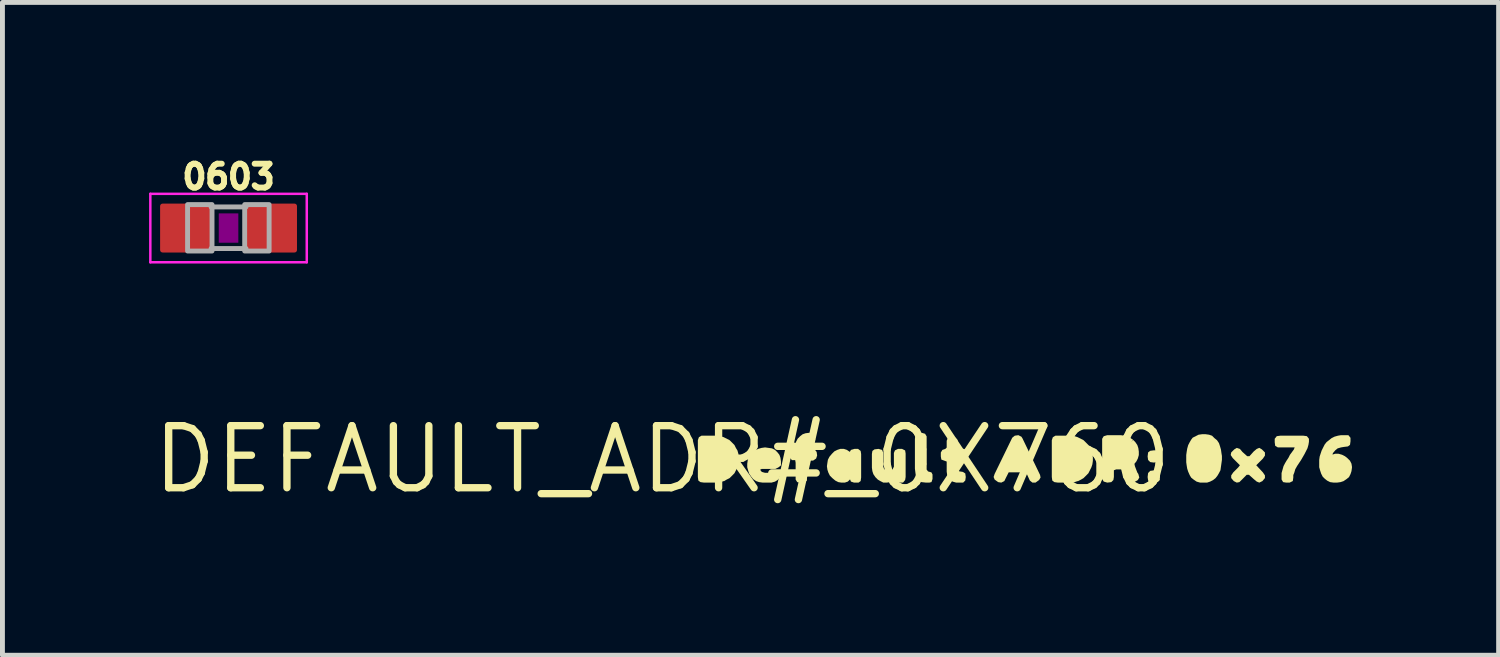
<source format=kicad_pcb>
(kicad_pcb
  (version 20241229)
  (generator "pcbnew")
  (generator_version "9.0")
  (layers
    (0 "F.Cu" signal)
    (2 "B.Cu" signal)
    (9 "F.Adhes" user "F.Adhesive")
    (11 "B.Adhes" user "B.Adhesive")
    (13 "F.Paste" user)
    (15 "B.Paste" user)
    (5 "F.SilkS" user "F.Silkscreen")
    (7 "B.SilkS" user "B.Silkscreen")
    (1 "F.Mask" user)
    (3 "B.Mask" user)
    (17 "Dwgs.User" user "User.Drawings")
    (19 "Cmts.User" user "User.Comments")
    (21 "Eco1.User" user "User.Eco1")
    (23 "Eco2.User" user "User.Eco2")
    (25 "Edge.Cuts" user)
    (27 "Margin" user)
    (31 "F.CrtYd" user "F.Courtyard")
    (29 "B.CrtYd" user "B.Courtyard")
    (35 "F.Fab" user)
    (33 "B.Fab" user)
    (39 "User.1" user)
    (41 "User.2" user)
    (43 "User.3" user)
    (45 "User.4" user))
  (footprint "0603"
    (layer "F.Cu")
    (at 1.625 1.615)
    (property "Reference" "0603" (at 0 -0.762 0) (layer "F.SilkS") (effects (font (size 0.488 0.488) (thickness 0.122)) (justify bottom)))
    (fp_poly (pts (xy -0.2 0.3) (xy 0.2 0.3) (xy 0.2 -0.3) (xy -0.2 -0.3)) (stroke (width 0) (type default)) (fill yes) (layer "F.Adhes"))
    (fp_line (start -1.6 -0.7) (end 1.6 -0.7) (stroke (width 0.051) (type solid)) (layer "F.CrtYd"))
    (fp_line (start -1.6 0.7) (end -1.6 -0.7) (stroke (width 0.051) (type solid)) (layer "F.CrtYd"))
    (fp_line (start 1.6 -0.7) (end 1.6 0.7) (stroke (width 0.051) (type solid)) (layer "F.CrtYd"))
    (fp_line (start 1.6 0.7) (end -1.6 0.7) (stroke (width 0.051) (type solid)) (layer "F.CrtYd"))
    (fp_line (start -0.356 -0.432) (end 0.356 -0.432) (stroke (width 0.102) (type solid)) (layer "F.Fab"))
    (fp_line (start -0.356 0.419) (end 0.356 0.419) (stroke (width 0.102) (type solid)) (layer "F.Fab"))
    (fp_poly (pts (xy -0.838 0.47) (xy -0.338 0.47) (xy -0.338 -0.48) (xy -0.838 -0.48)) (stroke (width 0.1) (type default)) (fill no) (layer "F.Fab"))
    (fp_poly (pts (xy 0.33 0.47) (xy 0.83 0.47) (xy 0.83 -0.48) (xy 0.33 -0.48)) (stroke (width 0.1) (type default)) (fill no) (layer "F.Fab"))
    (pad "1" smd roundrect (at -0.85 0) (size 1.1 1) (layers "F.Cu" "F.Mask" "F.Paste") (roundrect_rratio 0.051))
    (pad "2" smd roundrect (at 0.85 0) (size 1.1 1) (layers "F.Cu" "F.Mask" "F.Paste") (roundrect_rratio 0.051)))
  (footprint "DEFAULT_ADR#_0X760"
    (layer "F.Cu")
    (at 10.5 6.347)
    (property "Reference" "DEFAULT_ADR#_0X760" (at 0 0 0) (layer "F.SilkS") (effects (font (size 1.27 1.27) (thickness 0.15))))
    (fp_poly (pts (xy 10.165 -0.142) (xy 10.175 -0.06) (xy 10.165 0.002) (xy 10.133 0.055) (xy 10.05 0.065) (xy 9.978 0.055) (xy 9.935 0.012) (xy 9.925 -0.06) (xy 9.935 -0.143) (xy 9.978 -0.175) (xy 10.05 -0.185) (xy 10.122 -0.185)) (stroke (width 0) (type default)) (fill yes) (layer "F.SilkS"))
    (fp_poly (pts (xy 10.165 0.278) (xy 10.175 0.35) (xy 10.175 0.422) (xy 10.132 0.465) (xy 10.05 0.475) (xy 9.978 0.465) (xy 9.935 0.433) (xy 9.925 0.36) (xy 9.935 0.278) (xy 9.978 0.235) (xy 10.05 0.225) (xy 10.122 0.225)) (stroke (width 0) (type default)) (fill yes) (layer "F.SilkS"))
    (fp_poly (pts (xy 5.373 -0.524) (xy 5.405 -0.471) (xy 5.405 0.208) (xy 5.433 0.246) (xy 5.503 0.266) (xy 5.525 0.309) (xy 5.525 0.401) (xy 5.504 0.464) (xy 5.461 0.475) (xy 5.39 0.475) (xy 5.299 0.465) (xy 5.237 0.434) (xy 5.195 0.392) (xy 5.185 0.341) (xy 5.175 0.271) (xy 5.165 0.19) (xy 5.165 -0.42) (xy 5.175 -0.492) (xy 5.218 -0.535) (xy 5.3 -0.545)) (stroke (width 0) (type default)) (fill yes) (layer "F.SilkS"))
    (fp_poly (pts (xy 7.343 -0.464) (xy 7.364 -0.432) (xy 7.725 0.318) (xy 7.735 0.371) (xy 7.704 0.423) (xy 7.632 0.475) (xy 7.568 0.475) (xy 7.516 0.433) (xy 7.456 0.303) (xy 7.418 0.265) (xy 7.083 0.265) (xy 7.024 0.382) (xy 6.994 0.444) (xy 6.931 0.475) (xy 6.868 0.465) (xy 6.796 0.413) (xy 6.775 0.36) (xy 6.795 0.298) (xy 7.126 -0.382) (xy 7.156 -0.443) (xy 7.208 -0.485) (xy 7.281 -0.495)) (stroke (width 0) (type default)) (fill yes) (layer "F.SilkS"))
    (fp_poly (pts (xy 1.181 -0.475) (xy 1.252 -0.455) (xy 1.373 -0.394) (xy 1.424 -0.344) (xy 1.474 -0.293) (xy 1.504 -0.232) (xy 1.535 -0.182) (xy 1.555 -0.111) (xy 1.565 -0.04) (xy 1.565 0.03) (xy 1.555 0.101) (xy 1.535 0.162) (xy 1.474 0.283) (xy 1.424 0.334) (xy 1.373 0.384) (xy 1.312 0.414) (xy 1.258 0.447) (xy 1.256 0.443) (xy 1.191 0.465) (xy 1.12 0.475) (xy 0.85 0.475) (xy 0.778 0.465) (xy 0.735 0.433) (xy 0.725 0.36) (xy 0.725 -0.391) (xy 0.746 -0.453) (xy 0.799 -0.485) (xy 1.12 -0.485)) (stroke (width 0) (type default)) (fill yes) (layer "F.SilkS"))
    (fp_poly (pts (xy 8.431 -0.475) (xy 8.492 -0.455) (xy 8.613 -0.394) (xy 8.664 -0.344) (xy 8.714 -0.293) (xy 8.744 -0.232) (xy 8.775 -0.182) (xy 8.795 -0.111) (xy 8.805 -0.04) (xy 8.805 0.03) (xy 8.795 0.101) (xy 8.775 0.162) (xy 8.714 0.283) (xy 8.664 0.334) (xy 8.613 0.384) (xy 8.562 0.414) (xy 8.497 0.447) (xy 8.496 0.443) (xy 8.431 0.465) (xy 8.37 0.475) (xy 8.09 0.475) (xy 8.018 0.465) (xy 7.975 0.433) (xy 7.965 0.36) (xy 7.965 -0.391) (xy 7.986 -0.453) (xy 8.039 -0.485) (xy 8.36 -0.485)) (stroke (width 0) (type default)) (fill yes) (layer "F.SilkS"))
    (fp_poly (pts (xy 3.772 -0.195) (xy 3.833 -0.154) (xy 3.857 -0.194) (xy 3.929 -0.215) (xy 4.002 -0.215) (xy 4.055 -0.173) (xy 4.065 -0.11) (xy 4.065 0.37) (xy 4.055 0.443) (xy 4.012 0.475) (xy 3.919 0.475) (xy 3.856 0.454) (xy 3.838 0.409) (xy 3.793 0.454) (xy 3.731 0.475) (xy 3.66 0.475) (xy 3.598 0.465) (xy 3.537 0.434) (xy 3.477 0.384) (xy 3.426 0.333) (xy 3.395 0.272) (xy 3.375 0.211) (xy 3.365 0.14) (xy 3.375 0.069) (xy 3.385 0.008) (xy 3.416 -0.053) (xy 3.466 -0.113) (xy 3.517 -0.164) (xy 3.578 -0.195) (xy 3.639 -0.215) (xy 3.711 -0.215)) (stroke (width 0) (type default)) (fill yes) (layer "F.SilkS"))
    (fp_poly (pts (xy 13.183 -0.475) (xy 13.225 -0.422) (xy 13.225 -0.36) (xy 13.215 -0.299) (xy 13.195 -0.228) (xy 13.134 -0.108) (xy 13.064 0.013) (xy 12.984 0.133) (xy 12.945 0.202) (xy 12.925 0.272) (xy 12.905 0.321) (xy 12.905 0.37) (xy 12.895 0.443) (xy 12.831 0.475) (xy 12.76 0.475) (xy 12.697 0.465) (xy 12.665 0.411) (xy 12.665 0.279) (xy 12.685 0.209) (xy 12.705 0.138) (xy 12.736 0.078) (xy 12.766 0.027) (xy 12.806 -0.033) (xy 12.836 -0.093) (xy 12.916 -0.202) (xy 12.933 -0.245) (xy 12.589 -0.245) (xy 12.535 -0.277) (xy 12.525 -0.35) (xy 12.525 -0.422) (xy 12.567 -0.475) (xy 12.64 -0.485) (xy 13.11 -0.485)) (stroke (width 0) (type default)) (fill yes) (layer "F.SilkS"))
    (fp_poly (pts (xy 4.494 -0.194) (xy 4.515 -0.141) (xy 4.515 0.139) (xy 4.534 0.197) (xy 4.592 0.235) (xy 4.659 0.235) (xy 4.706 0.206) (xy 4.735 0.149) (xy 4.735 -0.131) (xy 4.756 -0.184) (xy 4.819 -0.215) (xy 4.901 -0.215) (xy 4.965 -0.183) (xy 4.975 -0.12) (xy 4.975 0.36) (xy 4.965 0.422) (xy 4.922 0.475) (xy 4.84 0.475) (xy 4.767 0.465) (xy 4.738 0.416) (xy 4.712 0.424) (xy 4.662 0.465) (xy 4.59 0.475) (xy 4.519 0.475) (xy 4.458 0.444) (xy 4.407 0.414) (xy 4.356 0.363) (xy 4.315 0.302) (xy 4.295 0.241) (xy 4.285 0.17) (xy 4.285 -0.11) (xy 4.295 -0.173) (xy 4.338 -0.205) (xy 4.42 -0.215)) (stroke (width 0) (type default)) (fill yes) (layer "F.SilkS"))
    (fp_poly (pts (xy 3.073 -0.524) (xy 3.115 -0.482) (xy 3.125 -0.399) (xy 3.104 -0.337) (xy 3.052 -0.305) (xy 2.983 -0.295) (xy 2.956 -0.25) (xy 2.973 -0.206) (xy 3.04 -0.215) (xy 3.123 -0.194) (xy 3.155 -0.152) (xy 3.165 -0.08) (xy 3.144 -0.017) (xy 3.082 0.025) (xy 2.955 0.025) (xy 2.955 0.432) (xy 2.902 0.475) (xy 2.83 0.475) (xy 2.757 0.465) (xy 2.725 0.411) (xy 2.725 0.07) (xy 2.716 0.015) (xy 2.648 0.015) (xy 2.605 -0.038) (xy 2.605 -0.121) (xy 2.626 -0.184) (xy 2.688 -0.204) (xy 2.725 -0.233) (xy 2.725 -0.29) (xy 2.735 -0.362) (xy 2.766 -0.423) (xy 2.817 -0.474) (xy 2.868 -0.514) (xy 2.929 -0.535) (xy 3.011 -0.545)) (stroke (width 0) (type default)) (fill yes) (layer "F.SilkS"))
    (fp_poly (pts (xy 12.263 -0.204) (xy 12.325 -0.142) (xy 12.325 -0.078) (xy 12.284 -0.017) (xy 12.147 0.12) (xy 12.284 0.267) (xy 12.325 0.328) (xy 12.325 0.382) (xy 12.273 0.444) (xy 12.21 0.475) (xy 12.157 0.454) (xy 12.097 0.404) (xy 11.998 0.315) (xy 11.952 0.315) (xy 11.854 0.414) (xy 11.802 0.465) (xy 11.749 0.475) (xy 11.687 0.444) (xy 11.635 0.382) (xy 11.635 0.328) (xy 11.676 0.267) (xy 11.776 0.167) (xy 11.813 0.12) (xy 11.666 -0.027) (xy 11.625 -0.089) (xy 11.635 -0.142) (xy 11.697 -0.204) (xy 11.749 -0.235) (xy 11.813 -0.214) (xy 11.864 -0.153) (xy 11.962 -0.065) (xy 12.008 -0.065) (xy 12.097 -0.164) (xy 12.157 -0.214) (xy 12.21 -0.236)) (stroke (width 0) (type default)) (fill yes) (layer "F.SilkS"))
    (fp_poly (pts (xy 5.992 -0.445) (xy 6.035 -0.402) (xy 6.045 -0.34) (xy 6.045 -0.206) (xy 6.11 -0.215) (xy 6.171 -0.215) (xy 6.224 -0.183) (xy 6.245 -0.11) (xy 6.235 -0.017) (xy 6.192 0.015) (xy 6.12 0.025) (xy 6.063 0.016) (xy 6.045 0.071) (xy 6.045 0.199) (xy 6.073 0.245) (xy 6.142 0.255) (xy 6.195 0.287) (xy 6.205 0.36) (xy 6.195 0.432) (xy 6.152 0.475) (xy 6.009 0.475) (xy 5.938 0.455) (xy 5.887 0.424) (xy 5.856 0.383) (xy 5.825 0.322) (xy 5.815 0.25) (xy 5.815 0.044) (xy 5.706 0.004) (xy 5.695 -0.06) (xy 5.695 -0.141) (xy 5.727 -0.194) (xy 5.787 -0.214) (xy 5.815 -0.242) (xy 5.815 -0.381) (xy 5.836 -0.434) (xy 5.91 -0.455)) (stroke (width 0) (type default)) (fill yes) (layer "F.SilkS"))
    (fp_poly (pts (xy 9.441 -0.485) (xy 9.502 -0.475) (xy 9.563 -0.444) (xy 9.628 -0.401) (xy 9.58 -0.347) (xy 9.63 -0.397) (xy 9.674 -0.353) (xy 9.715 -0.292) (xy 9.735 -0.231) (xy 9.745 -0.16) (xy 9.745 -0.089) (xy 9.725 -0.018) (xy 9.694 0.043) (xy 9.655 0.091) (xy 9.665 0.139) (xy 9.714 0.268) (xy 9.735 0.298) (xy 9.755 0.371) (xy 9.724 0.424) (xy 9.652 0.465) (xy 9.589 0.475) (xy 9.536 0.443) (xy 9.466 0.282) (xy 9.417 0.205) (xy 9.281 0.205) (xy 9.235 0.223) (xy 9.235 0.36) (xy 9.225 0.422) (xy 9.182 0.465) (xy 9.1 0.475) (xy 9.027 0.454) (xy 8.995 0.401) (xy 8.995 -0.421) (xy 9.027 -0.474) (xy 9.099 -0.495) (xy 9.38 -0.495)) (stroke (width 0) (type default)) (fill yes) (layer "F.SilkS"))
    (fp_poly (pts (xy 2.171 -0.235) (xy 2.242 -0.225) (xy 2.303 -0.194) (xy 2.354 -0.143) (xy 2.394 -0.092) (xy 2.415 -0.031) (xy 2.425 0.04) (xy 2.425 0.122) (xy 2.373 0.164) (xy 2.311 0.195) (xy 2.036 0.195) (xy 2.036 0.193) (xy 2.036 0.193) (xy 1.998 0.212) (xy 2.033 0.256) (xy 2.101 0.275) (xy 2.169 0.275) (xy 2.29 0.235) (xy 2.354 0.266) (xy 2.385 0.339) (xy 2.385 0.392) (xy 2.353 0.424) (xy 2.302 0.455) (xy 2.231 0.475) (xy 2.05 0.475) (xy 1.979 0.465) (xy 1.918 0.445) (xy 1.857 0.404) (xy 1.816 0.353) (xy 1.775 0.292) (xy 1.755 0.231) (xy 1.735 0.161) (xy 1.735 0.09) (xy 1.745 0.019) (xy 1.765 -0.042) (xy 1.806 -0.103) (xy 1.847 -0.144) (xy 1.897 -0.184) (xy 1.958 -0.215) (xy 2.029 -0.235) (xy 2.1 -0.245)) (stroke (width 0) (type default)) (fill yes) (layer "F.SilkS"))
    (fp_poly (pts (xy 11.181 -0.505) (xy 11.243 -0.484) (xy 11.293 -0.434) (xy 11.344 -0.393) (xy 11.385 -0.332) (xy 11.405 -0.271) (xy 11.424 -0.206) (xy 11.424 -0.206) (xy 11.425 -0.201) (xy 11.426 -0.196) (xy 11.426 -0.196) (xy 11.435 -0.131) (xy 11.445 -0.07) (xy 11.445 0.01) (xy 11.435 0.081) (xy 11.425 0.151) (xy 11.415 0.222) (xy 11.384 0.282) (xy 11.354 0.333) (xy 11.314 0.384) (xy 11.263 0.424) (xy 11.202 0.455) (xy 11.141 0.475) (xy 10.999 0.475) (xy 10.928 0.455) (xy 10.867 0.414) (xy 10.816 0.373) (xy 10.786 0.322) (xy 10.755 0.252) (xy 10.735 0.191) (xy 10.725 0.131) (xy 10.715 0.06) (xy 10.715 -0.09) (xy 10.725 -0.161) (xy 10.735 -0.221) (xy 10.755 -0.292) (xy 10.786 -0.352) (xy 10.816 -0.403) (xy 10.847 -0.444) (xy 10.968 -0.505) (xy 11.04 -0.515) (xy 11.11 -0.515)) (stroke (width 0) (type default)) (fill yes) (layer "F.SilkS"))
    (fp_poly (pts (xy 14.075 -0.442) (xy 14.075 -0.37) (xy 14.065 -0.297) (xy 14.022 -0.265) (xy 13.941 -0.255) (xy 13.881 -0.245) (xy 13.812 -0.225) (xy 13.764 -0.186) (xy 13.715 -0.128) (xy 13.707 -0.098) (xy 13.759 -0.115) (xy 13.831 -0.115) (xy 13.902 -0.095) (xy 13.963 -0.064) (xy 14.013 -0.024) (xy 14.064 0.027) (xy 14.095 0.088) (xy 14.105 0.15) (xy 14.105 0.17) (xy 14.095 0.241) (xy 14.075 0.302) (xy 14.044 0.363) (xy 13.993 0.404) (xy 13.932 0.445) (xy 13.871 0.465) (xy 13.8 0.475) (xy 13.73 0.475) (xy 13.658 0.465) (xy 13.597 0.434) (xy 13.547 0.394) (xy 13.506 0.353) (xy 13.475 0.292) (xy 13.455 0.231) (xy 13.435 0.161) (xy 13.435 0.01) (xy 13.445 -0.061) (xy 13.465 -0.122) (xy 13.485 -0.182) (xy 13.546 -0.303) (xy 13.586 -0.354) (xy 13.637 -0.394) (xy 13.687 -0.434) (xy 13.748 -0.465) (xy 13.819 -0.485) (xy 13.88 -0.495) (xy 14.032 -0.495)) (stroke (width 0) (type default)) (fill yes) (layer "F.SilkS")))
  (gr_rect
    (start -3 -3)
    (end 27.605 10.353)
    (stroke (width 0.1) (type default))
    (fill no)
    (layer "Edge.Cuts")))
</source>
